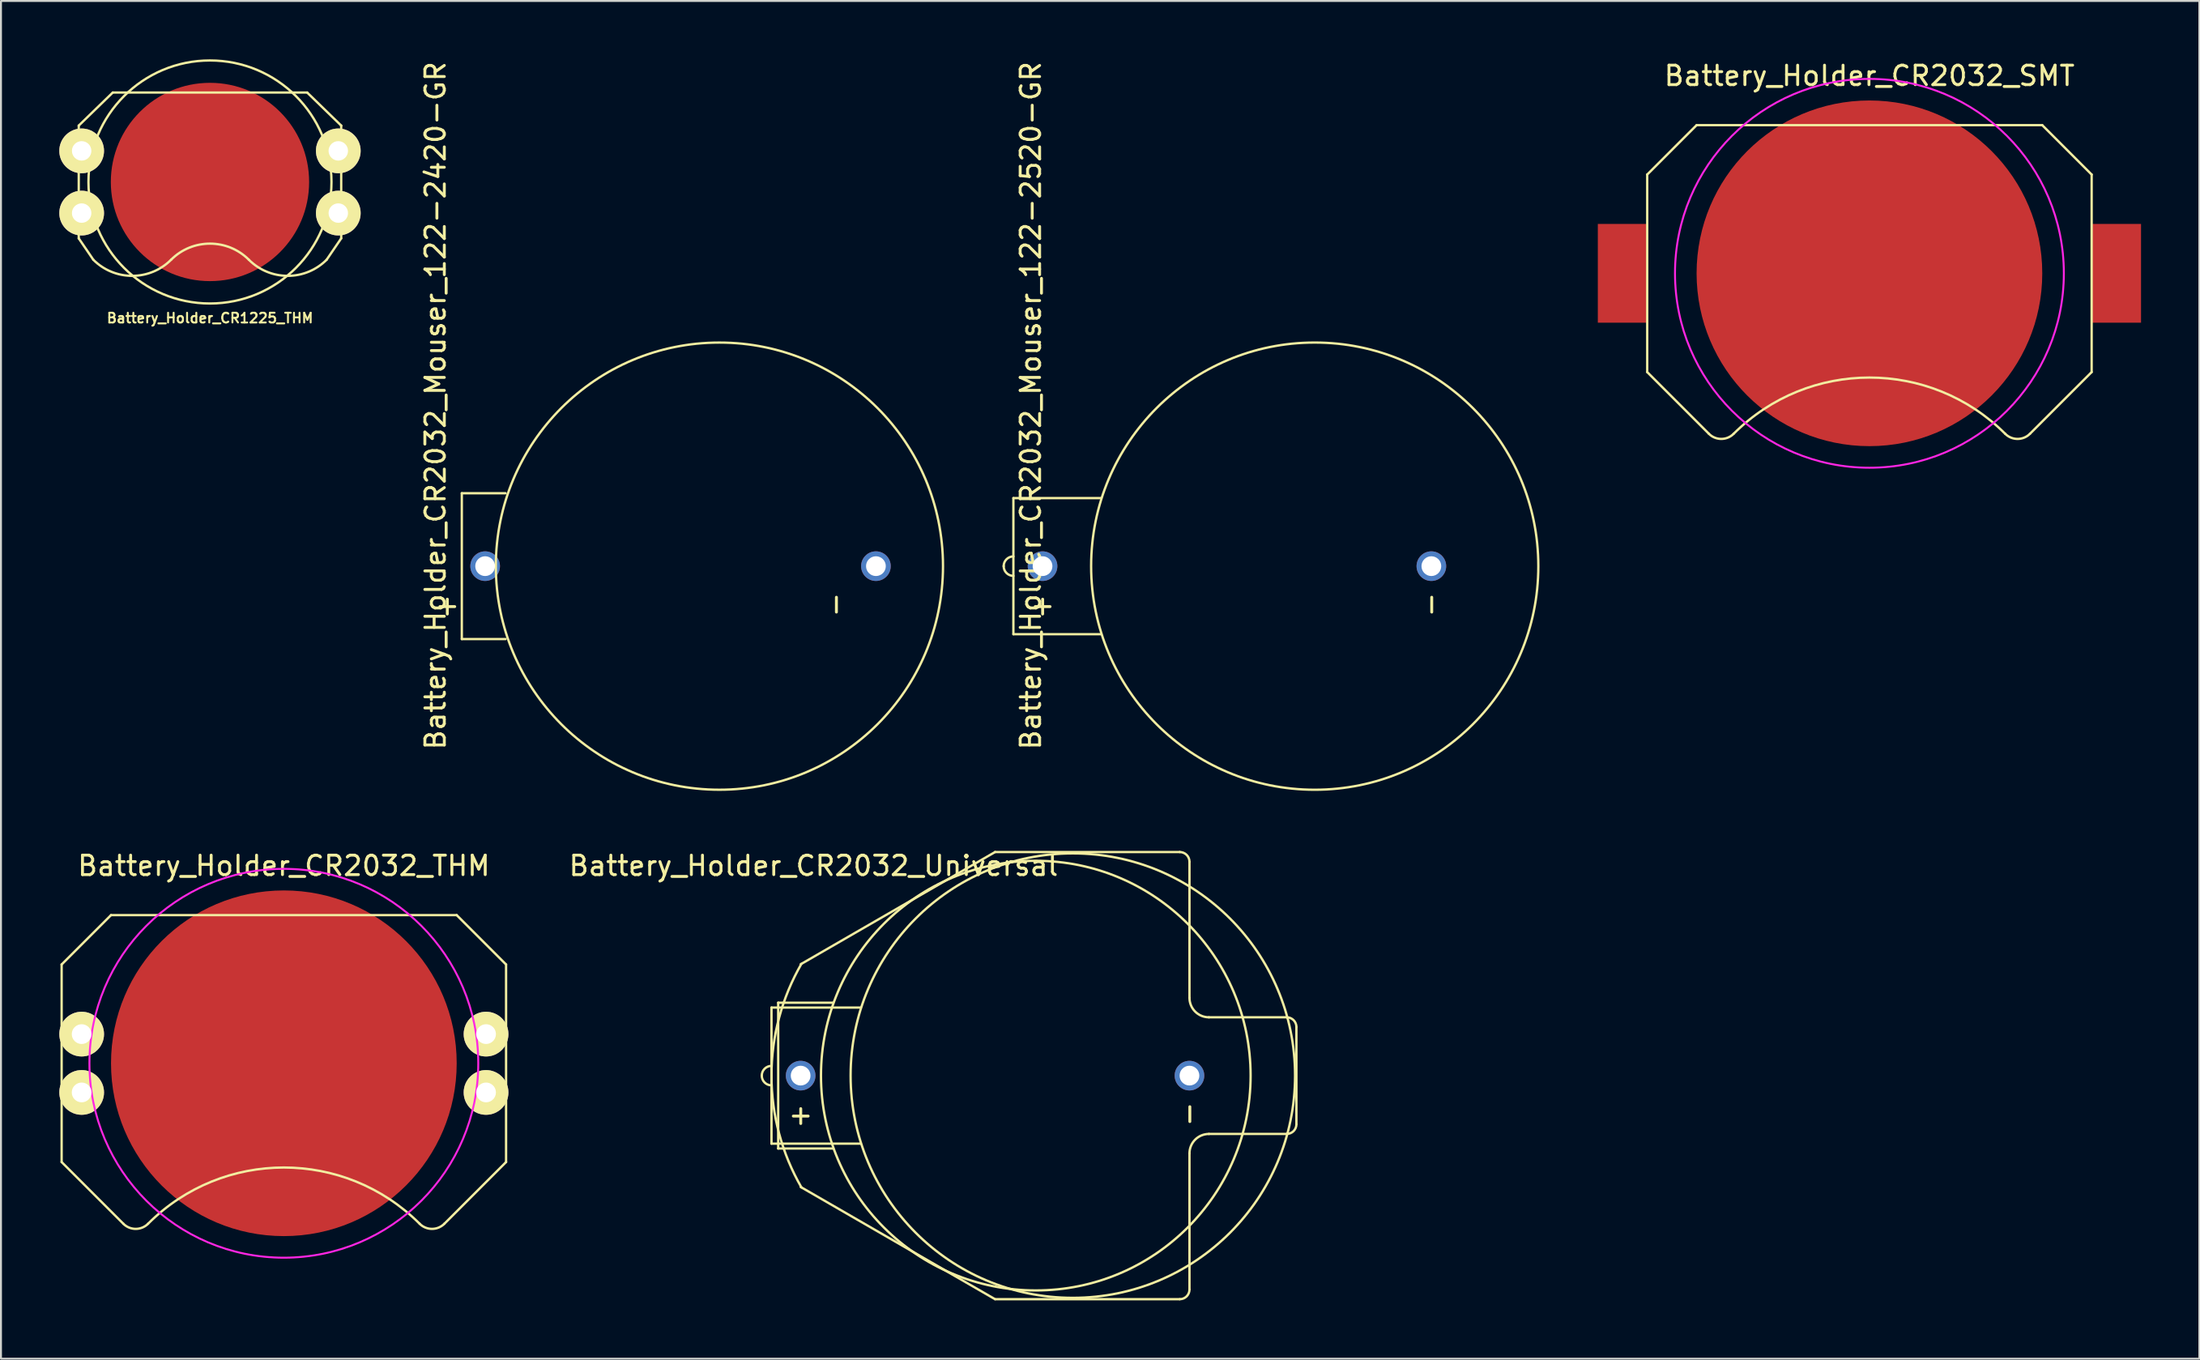
<source format=kicad_pcb>
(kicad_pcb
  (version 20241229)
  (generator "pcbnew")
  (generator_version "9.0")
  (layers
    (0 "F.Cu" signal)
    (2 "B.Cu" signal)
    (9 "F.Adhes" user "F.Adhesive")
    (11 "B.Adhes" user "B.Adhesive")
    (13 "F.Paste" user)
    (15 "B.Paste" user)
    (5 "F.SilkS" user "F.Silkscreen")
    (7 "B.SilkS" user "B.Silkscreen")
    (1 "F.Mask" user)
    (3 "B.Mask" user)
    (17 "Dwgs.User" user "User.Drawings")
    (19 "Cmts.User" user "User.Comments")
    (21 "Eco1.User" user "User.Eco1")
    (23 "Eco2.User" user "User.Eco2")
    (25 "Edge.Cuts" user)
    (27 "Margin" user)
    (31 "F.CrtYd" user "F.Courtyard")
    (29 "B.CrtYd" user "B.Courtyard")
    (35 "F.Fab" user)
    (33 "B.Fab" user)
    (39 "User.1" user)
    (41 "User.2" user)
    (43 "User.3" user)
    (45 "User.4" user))
  (footprint "Battery_Holder_CR1225_THM"
    (layer "F.Cu")
    (at 7.75 6.31)
    (property "Reference" "Battery_Holder_CR1225_THM" (at 0 7 0) (layer "F.SilkS") (effects (font (size 0.5 0.5) (thickness 0.1))))
    (attr through_hole)
    (fp_line (start -6.75 -2.9) (end -6.75 2.9) (stroke (width 0.12) (type solid)) (layer "F.SilkS"))
    (fp_line (start -6.75 -2.9) (end -5 -4.6) (stroke (width 0.12) (type solid)) (layer "F.SilkS"))
    (fp_line (start -6 4) (end -6.75 2.9) (stroke (width 0.12) (type solid)) (layer "F.SilkS"))
    (fp_line (start -5 -4.6) (end 5 -4.6) (stroke (width 0.12) (type solid)) (layer "F.SilkS"))
    (fp_line (start 6 4) (end 6.75 2.9) (stroke (width 0.12) (type solid)) (layer "F.SilkS"))
    (fp_line (start 6.75 -2.9) (end 5 -4.6) (stroke (width 0.12) (type solid)) (layer "F.SilkS"))
    (fp_line (start 6.75 -2.9) (end 6.75 2.9) (stroke (width 0.12) (type solid)) (layer "F.SilkS"))
    (fp_arc (start -2 4) (mid -4 4.828427) (end -6 4) (stroke (width 0.12) (type solid)) (layer "F.SilkS"))
    (fp_arc (start -2 4) (mid 0 3.171573) (end 2 4) (stroke (width 0.12) (type solid)) (layer "F.SilkS"))
    (fp_arc (start 6 4) (mid 4 4.828427) (end 2 4) (stroke (width 0.12) (type solid)) (layer "F.SilkS"))
    (fp_circle (center 0 0) (end 6.25 0) (stroke (width 0.12) (type solid)) (fill no) (layer "F.SilkS"))
    (pad "1" thru_hole circle (at -6.6 -1.6) (size 2.3 2.3) (drill 1) (layers "*.Cu" "*.Mask" "F.SilkS"))
    (pad "1" thru_hole circle (at -6.6 1.6) (size 2.3 2.3) (drill 1) (layers "*.Cu" "*.Mask" "F.SilkS"))
    (pad "1" thru_hole circle (at 6.6 -1.6) (size 2.3 2.3) (drill 1) (layers "*.Cu" "*.Mask" "F.SilkS"))
    (pad "1" thru_hole circle (at 6.6 1.6) (size 2.3 2.3) (drill 1) (layers "*.Cu" "*.Mask" "F.SilkS"))
    (pad "2" smd circle (at 0 0) (size 10.2 10.2) (layers "F.Cu" "F.Mask" "F.Paste")))
  (footprint "Battery_Holder_CR2032_Universal"
    (layer "F.Cu")
    (at 52.131 52.275)
    (property "Reference" "Battery_Holder_CR2032_Universal" (at -13.335 -10.795 0) (layer "F.SilkS") (effects (font (size 1 1) (thickness 0.15))))
    (attr through_hole)
    (fp_line (start -15.499 -3.5) (end -15.499 3.5) (stroke (width 0.12) (type solid)) (layer "F.SilkS"))
    (fp_line (start -15.499 3.5) (end -10.922 3.5) (stroke (width 0.12) (type solid)) (layer "F.SilkS"))
    (fp_line (start -15.155 -3.75) (end -15.155 3.75) (stroke (width 0.12) (type solid)) (layer "F.SilkS"))
    (fp_line (start -15.155 -3.75) (end -12.319 -3.75) (stroke (width 0.12) (type solid)) (layer "F.SilkS"))
    (fp_line (start -15.155 3.75) (end -12.319 3.75) (stroke (width 0.12) (type solid)) (layer "F.SilkS"))
    (fp_line (start -14 -5.726) (end -4 -11.5) (stroke (width 0.12) (type solid)) (layer "F.SilkS"))
    (fp_line (start -14 5.726) (end -4 11.5) (stroke (width 0.12) (type solid)) (layer "F.SilkS"))
    (fp_line (start -10.922 -3.5) (end -15.499 -3.5) (stroke (width 0.12) (type solid)) (layer "F.SilkS"))
    (fp_line (start -4 -11.5) (end 5.5 -11.5) (stroke (width 0.12) (type solid)) (layer "F.SilkS"))
    (fp_line (start -4 11.5) (end 5.5 11.5) (stroke (width 0.12) (type solid)) (layer "F.SilkS"))
    (fp_line (start 6 -4) (end 6 -11) (stroke (width 0.12) (type solid)) (layer "F.SilkS"))
    (fp_line (start 6 11) (end 6 4) (stroke (width 0.12) (type solid)) (layer "F.SilkS"))
    (fp_line (start 7 -3) (end 11 -3) (stroke (width 0.12) (type solid)) (layer "F.SilkS"))
    (fp_line (start 7 3) (end 11 3) (stroke (width 0.12) (type solid)) (layer "F.SilkS"))
    (fp_line (start 11.5 -2.5) (end 11.5 2.5) (stroke (width 0.12) (type solid)) (layer "F.SilkS"))
    (fp_arc (start -15.99946 0) (mid -15.852902 -0.353822) (end -15.49908 -0.50038) (stroke (width 0.12) (type solid)) (layer "F.SilkS"))
    (fp_arc (start -15.5 0) (mid -15.108147 -2.976419) (end -13.959292 -5.75) (stroke (width 0.12) (type solid)) (layer "F.SilkS"))
    (fp_arc (start -15.49908 0.50038) (mid -15.852902 0.353822) (end -15.99946 0) (stroke (width 0.12) (type solid)) (layer "F.SilkS"))
    (fp_arc (start -13.959292 5.75) (mid -15.108147 2.976419) (end -15.5 0) (stroke (width 0.12) (type solid)) (layer "F.SilkS"))
    (fp_arc (start 5.5 -11.5) (mid 5.853553 -11.353553) (end 6 -11) (stroke (width 0.12) (type solid)) (layer "F.SilkS"))
    (fp_arc (start 6 4) (mid 6.292893 3.292893) (end 7 3) (stroke (width 0.12) (type solid)) (layer "F.SilkS"))
    (fp_arc (start 6 11) (mid 5.853553 11.353553) (end 5.5 11.5) (stroke (width 0.12) (type solid)) (layer "F.SilkS"))
    (fp_arc (start 7 -3) (mid 6.292893 -3.292893) (end 6 -4) (stroke (width 0.12) (type solid)) (layer "F.SilkS"))
    (fp_arc (start 11 -3) (mid 11.353553 -2.853553) (end 11.5 -2.5) (stroke (width 0.12) (type solid)) (layer "F.SilkS"))
    (fp_arc (start 11.5 2.5) (mid 11.353553 2.853553) (end 11 3) (stroke (width 0.12) (type solid)) (layer "F.SilkS"))
    (fp_circle (center -1.905 0) (end 9.144 0) (stroke (width 0.12) (type solid)) (fill no) (layer "F.SilkS"))
    (fp_circle (center 0 0) (end 11.43 0) (stroke (width 0.12) (type solid)) (fill no) (layer "F.SilkS"))
    (fp_text user "+" (at -13.995 2.007 0) (layer "F.SilkS") (effects (font (size 1 1) (thickness 0.15))))
    (fp_text user "-" (at 5.944 1.981 90) (layer "F.SilkS") (effects (font (size 1 1) (thickness 0.15))))
    (pad "1" thru_hole circle (at -14 0) (size 1.524 1.524) (drill 1.016) (layers "*.Cu" "*.Mask"))
    (pad "2" thru_hole circle (at 5.999 0) (size 1.524 1.524) (drill 1.016) (layers "*.Cu" "*.Mask")))
  (footprint "Battery_Holder_CR2032_Mouser_122-2520-GR"
    (layer "F.Cu")
    (at 64.573 26.07)
    (property "Reference" "Battery_Holder_CR2032_Mouser_122-2520-GR" (at -14.605 -8.255 90) (layer "F.SilkS") (effects (font (size 1 1) (thickness 0.15))))
    (attr through_hole)
    (fp_line (start -15.499 -3.5) (end -15.499 3.5) (stroke (width 0.12) (type solid)) (layer "F.SilkS"))
    (fp_line (start -15.499 3.5) (end -11.001 3.5) (stroke (width 0.12) (type solid)) (layer "F.SilkS"))
    (fp_line (start -11.001 -3.5) (end -15.499 -3.5) (stroke (width 0.12) (type solid)) (layer "F.SilkS"))
    (fp_arc (start -15.99946 0) (mid -15.852902 -0.353822) (end -15.49908 -0.50038) (stroke (width 0.12) (type solid)) (layer "F.SilkS"))
    (fp_arc (start -15.49908 0.50038) (mid -15.852902 0.353822) (end -15.99946 0) (stroke (width 0.12) (type solid)) (layer "F.SilkS"))
    (fp_circle (center 0 0) (end 11.501 0) (stroke (width 0.12) (type solid)) (fill no) (layer "F.SilkS"))
    (fp_text user "-" (at 5.944 1.981 90) (layer "F.SilkS") (effects (font (size 1 1) (thickness 0.15))))
    (fp_text user "+" (at -13.995 2.007 0) (layer "F.SilkS") (effects (font (size 1 1) (thickness 0.15))))
    (pad "1" thru_hole circle (at -14 0) (size 1.524 1.524) (drill 1.016) (layers "*.Cu" "*.Mask"))
    (pad "2" thru_hole circle (at 5.999 0) (size 1.524 1.524) (drill 1.016) (layers "*.Cu" "*.Mask")))
  (footprint "Battery_Holder_CR2032_THM"
    (layer "F.Cu")
    (at 11.55 51.64)
    (property "Reference" "Battery_Holder_CR2032_THM" (at 0 -10.16 0) (layer "F.SilkS") (effects (font (size 1 1) (thickness 0.15))))
    (attr through_hole)
    (fp_line (start -11.43 -5.08) (end -11.43 5.08) (stroke (width 0.12) (type solid)) (layer "F.SilkS"))
    (fp_line (start -11.43 5.08) (end -8.255 8.255) (stroke (width 0.12) (type solid)) (layer "F.SilkS"))
    (fp_line (start -8.89 -7.62) (end -11.43 -5.08) (stroke (width 0.12) (type solid)) (layer "F.SilkS"))
    (fp_line (start -8.89 -7.62) (end 8.89 -7.62) (stroke (width 0.12) (type solid)) (layer "F.SilkS"))
    (fp_line (start 8.89 -7.62) (end 11.43 -5.08) (stroke (width 0.12) (type solid)) (layer "F.SilkS"))
    (fp_line (start 11.43 -5.08) (end 11.43 5.08) (stroke (width 0.12) (type solid)) (layer "F.SilkS"))
    (fp_line (start 11.43 5.08) (end 8.255 8.255) (stroke (width 0.12) (type solid)) (layer "F.SilkS"))
    (fp_arc (start -6.985 8.255) (mid -7.62 8.518026) (end -8.255 8.255) (stroke (width 0.12) (type solid)) (layer "F.SilkS"))
    (fp_arc (start -6.985 8.255) (mid 0 5.361718) (end 6.985 8.255) (stroke (width 0.12) (type solid)) (layer "F.SilkS"))
    (fp_arc (start 8.255 8.255) (mid 7.62 8.518026) (end 6.985 8.255) (stroke (width 0.12) (type solid)) (layer "F.SilkS"))
    (fp_circle (center 0 0) (end 10 0) (stroke (width 0.1) (type solid)) (fill no) (layer "F.CrtYd"))
    (pad "1" thru_hole circle (at -10.4 -1.5) (size 2.3 2.3) (drill 1.016) (layers "*.Cu" "*.Mask" "F.SilkS"))
    (pad "1" thru_hole circle (at -10.4 1.5) (size 2.3 2.3) (drill 1.016) (layers "*.Cu" "*.Mask" "F.SilkS"))
    (pad "1" thru_hole circle (at 10.4 -1.5) (size 2.3 2.3) (drill 1.016) (layers "*.Cu" "*.Mask" "F.SilkS"))
    (pad "1" thru_hole circle (at 10.4 1.5) (size 2.3 2.3) (drill 1.016) (layers "*.Cu" "*.Mask" "F.SilkS"))
    (pad "2" smd circle (at 0 0) (size 17.78 17.78) (layers "F.Cu" "F.Mask" "F.Paste")))
  (footprint "Battery_Holder_CR2032_Mouser_122-2420-GR"
    (layer "F.Cu")
    (at 33.953 26.07)
    (property "Reference" "Battery_Holder_CR2032_Mouser_122-2420-GR" (at -14.605 -8.255 90) (layer "F.SilkS") (effects (font (size 1 1) (thickness 0.15))))
    (attr through_hole)
    (fp_line (start -13.25 -3.75) (end -13.25 3.75) (stroke (width 0.12) (type solid)) (layer "F.SilkS"))
    (fp_line (start -13.25 -3.75) (end -11 -3.75) (stroke (width 0.12) (type solid)) (layer "F.SilkS"))
    (fp_line (start -13.25 3.75) (end -11 3.75) (stroke (width 0.12) (type solid)) (layer "F.SilkS"))
    (fp_circle (center 0 0) (end 11.5 0) (stroke (width 0.12) (type solid)) (fill no) (layer "F.SilkS"))
    (fp_text user "-" (at 5.944 1.981 90) (layer "F.SilkS") (effects (font (size 1 1) (thickness 0.15))))
    (fp_text user "+" (at -13.995 2.007 0) (layer "F.SilkS") (effects (font (size 1 1) (thickness 0.15))))
    (pad "1" thru_hole circle (at -12.05 0) (size 1.524 1.524) (drill 1.016) (layers "*.Cu" "*.Mask"))
    (pad "2" thru_hole circle (at 8.05 0) (size 1.524 1.524) (drill 1.016) (layers "*.Cu" "*.Mask")))
  (footprint "Battery_Holder_CR2032_SMT"
    (layer "F.Cu")
    (at 93.104 11.008)
    (property "Reference" "Battery_Holder_CR2032_SMT" (at 0 -10.16 0) (layer "F.SilkS") (effects (font (size 1 1) (thickness 0.15))))
    (attr through_hole)
    (fp_line (start -11.43 -5.08) (end -11.43 5.08) (stroke (width 0.12) (type solid)) (layer "F.SilkS"))
    (fp_line (start -11.43 5.08) (end -8.255 8.255) (stroke (width 0.12) (type solid)) (layer "F.SilkS"))
    (fp_line (start -8.89 -7.62) (end -11.43 -5.08) (stroke (width 0.12) (type solid)) (layer "F.SilkS"))
    (fp_line (start -8.89 -7.62) (end 8.89 -7.62) (stroke (width 0.12) (type solid)) (layer "F.SilkS"))
    (fp_line (start 8.89 -7.62) (end 11.43 -5.08) (stroke (width 0.12) (type solid)) (layer "F.SilkS"))
    (fp_line (start 11.43 -5.08) (end 11.43 5.08) (stroke (width 0.12) (type solid)) (layer "F.SilkS"))
    (fp_line (start 11.43 5.08) (end 8.255 8.255) (stroke (width 0.12) (type solid)) (layer "F.SilkS"))
    (fp_arc (start -6.985 8.255) (mid -7.62 8.518026) (end -8.255 8.255) (stroke (width 0.12) (type solid)) (layer "F.SilkS"))
    (fp_arc (start -6.985 8.255) (mid 0 5.361718) (end 6.985 8.255) (stroke (width 0.12) (type solid)) (layer "F.SilkS"))
    (fp_arc (start 8.255 8.255) (mid 7.62 8.518026) (end 6.985 8.255) (stroke (width 0.12) (type solid)) (layer "F.SilkS"))
    (fp_circle (center 0 0) (end 10 0) (stroke (width 0.1) (type solid)) (fill no) (layer "F.CrtYd"))
    (pad "1" smd rect (at -12.7 0) (size 2.54 5.08) (layers "F.Cu" "F.Mask" "F.Paste"))
    (pad "1" smd rect (at 12.7 0) (size 2.54 5.08) (layers "F.Cu" "F.Mask" "F.Paste"))
    (pad "2" smd circle (at 0 0) (size 17.78 17.78) (layers "F.Cu" "F.Mask" "F.Paste")))
  (gr_rect
    (start -3 -3)
    (end 110.074 66.835)
    (stroke (width 0.1) (type default))
    (fill no)
    (layer "Edge.Cuts")))
</source>
